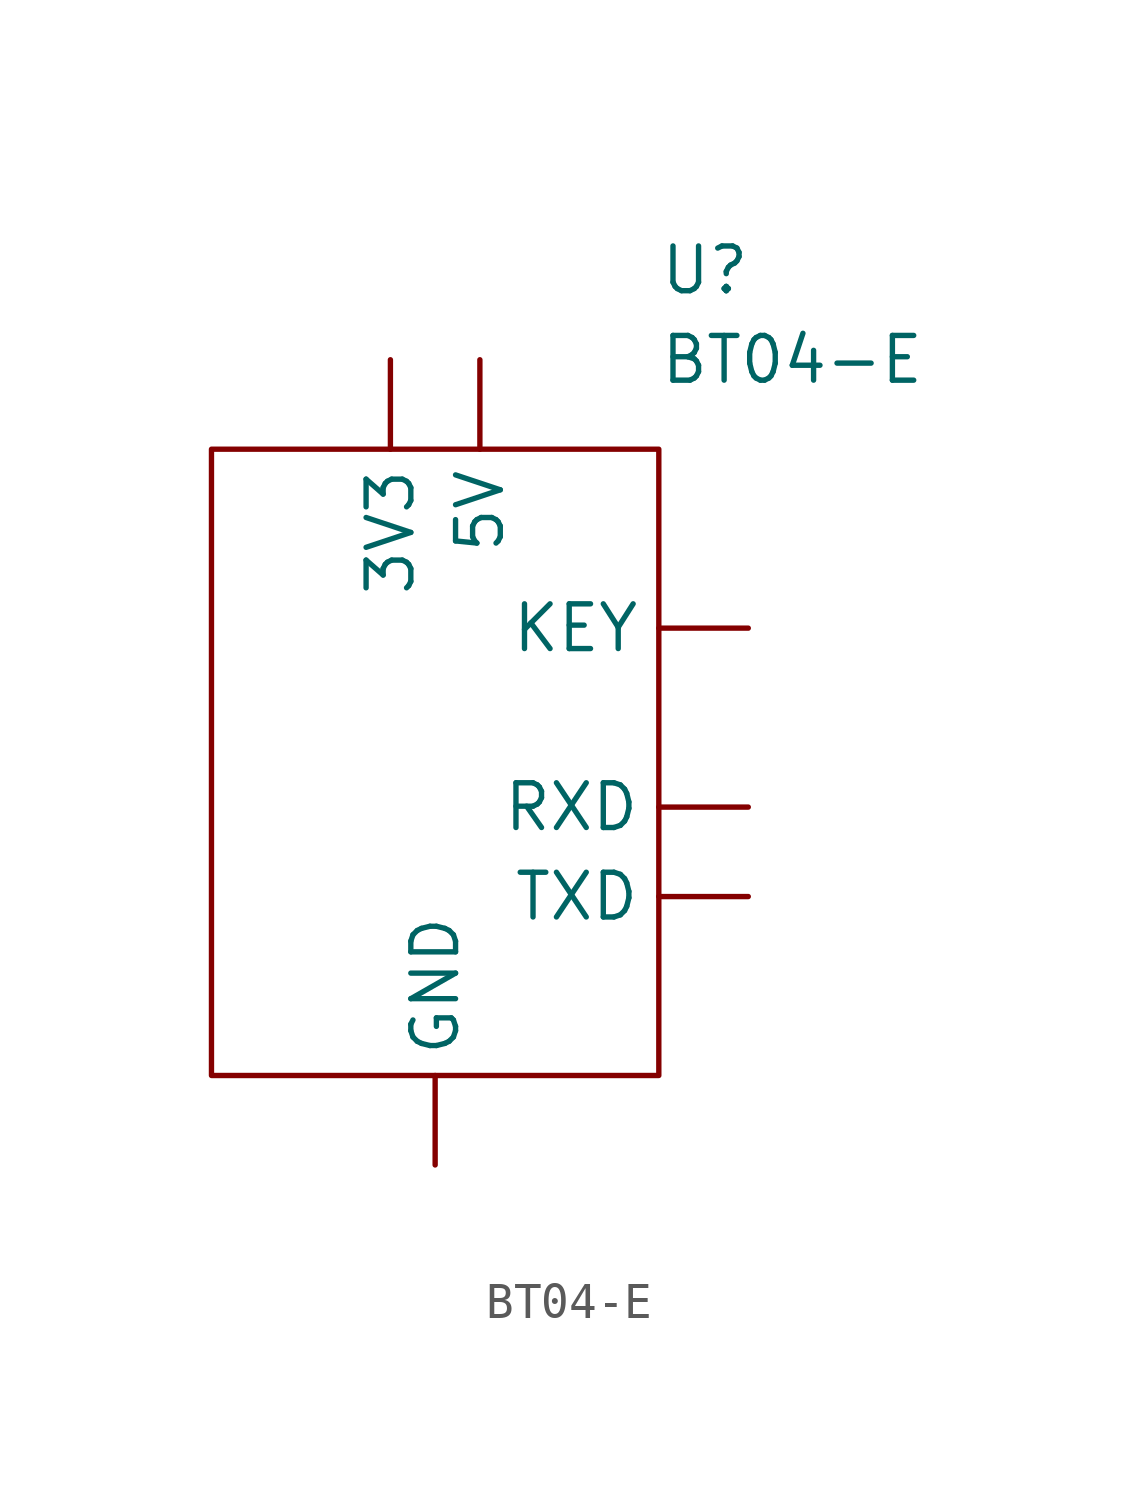
<source format=kicad_sym>
(kicad_symbol_lib
  (version 20211014)
  (generator kicad_symbol_editor)
  (symbol "BT04-E"
    (pin_numbers hide)
    (property "Reference" "U"
      (at 6.35 13.97 0)
      (effects (font (size 1.27 1.27)) (justify left)))
    (property "Value" "BT04-E"
      (at 6.35 11.43 0)
      (effects (font (size 1.27 1.27)) (justify left)))
    (symbol "BT04-E_0_1"
      (rectangle (start -6.35 8.89) (end 6.35 -8.89) (stroke (width 0) (type default) (color 0 0 0 0)) (fill (type none))))
    (symbol "BT04-E_1_1"
      (pin input line (at 1.27 11.43 270) (length 2.54) (name "5V" (effects (font (size 1.27 1.27)))) (number "1" (effects (font (size 1.27 1.27)))))
      (pin input line (at -1.27 11.43 270) (length 2.54) (name "3V3" (effects (font (size 1.27 1.27)))) (number "2" (effects (font (size 1.27 1.27)))))
      (pin input line (at 0 -11.43 90) (length 2.54) (name "GND" (effects (font (size 1.27 1.27)))) (number "3" (effects (font (size 1.27 1.27)))))
      (pin input line (at 8.89 3.81 180) (length 2.54) (name "KEY" (effects (font (size 1.27 1.27)))) (number "4" (effects (font (size 1.27 1.27)))))
      (pin input line (at 8.89 -1.27 180) (length 2.54) (name "RXD" (effects (font (size 1.27 1.27)))) (number "5" (effects (font (size 1.27 1.27)))))
      (pin output line (at 8.89 -3.81 180) (length 2.54) (name "TXD" (effects (font (size 1.27 1.27)))) (number "6" (effects (font (size 1.27 1.27))))))))
</source>
